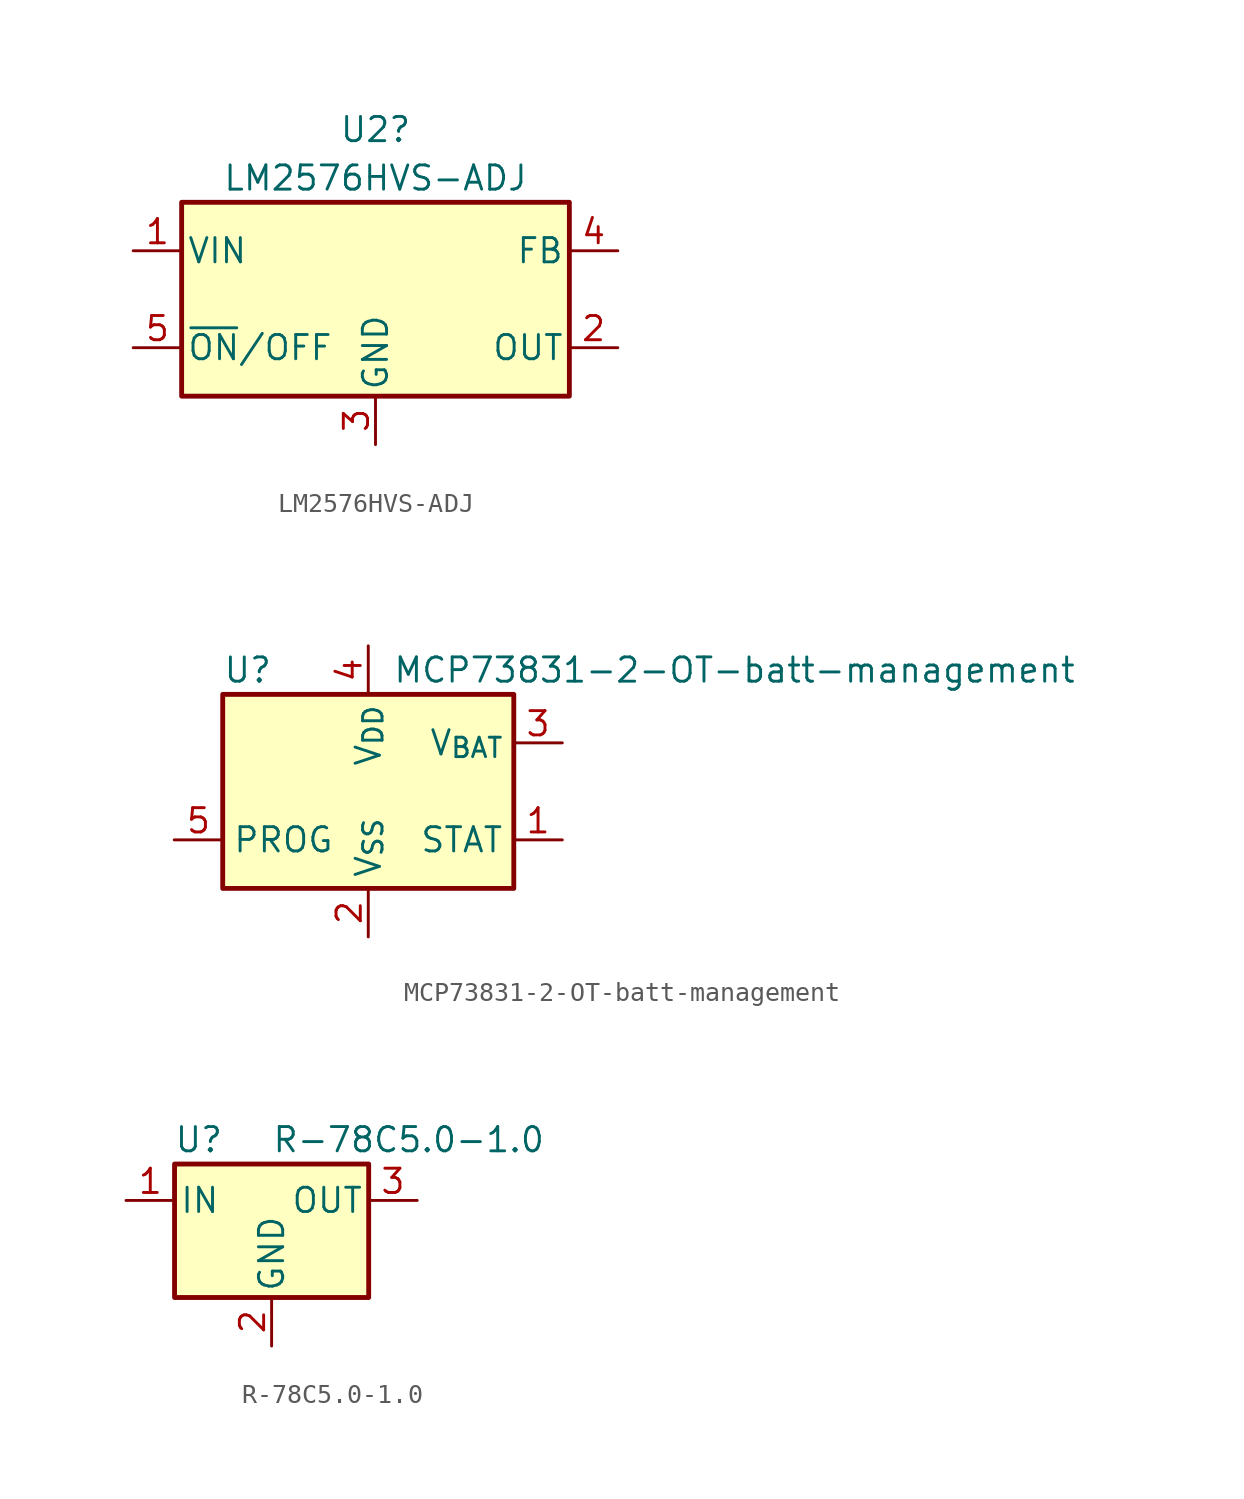
<source format=kicad_sym>
(kicad_symbol_lib
  (version 20220914)
  (generator kicad_symbol_editor)
  (symbol "LM2576HVS-ADJ"
    (pin_names
      (offset 0.254))
    (property "Reference" "U2"
      (at 0 8.89 0)
      (effects (font (size 1.27 1.27))))
    (property "Value" "LM2576HVS-ADJ"
      (at 0 6.35 0)
      (effects (font (size 1.27 1.27))))
    (symbol "LM2576HVS-ADJ_0_1"
      (rectangle (start -10.16 5.08) (end 10.16 -5.08) (stroke (width 0.254) (type default)) (fill (type background))))
    (symbol "LM2576HVS-ADJ_1_1"
      (pin power_in line (at -12.7 2.54 0) (length 2.54) (name "VIN" (effects (font (size 1.27 1.27)))) (number "1" (effects (font (size 1.27 1.27)))))
      (pin output line (at 12.7 -2.54 180) (length 2.54) (name "OUT" (effects (font (size 1.27 1.27)))) (number "2" (effects (font (size 1.27 1.27)))))
      (pin power_in line (at 0 -7.62 90) (length 2.54) (name "GND" (effects (font (size 1.27 1.27)))) (number "3" (effects (font (size 1.27 1.27)))))
      (pin input line (at 12.7 2.54 180) (length 2.54) (name "FB" (effects (font (size 1.27 1.27)))) (number "4" (effects (font (size 1.27 1.27)))))
      (pin input line (at -12.7 -2.54 0) (length 2.54) (name "~{ON}/OFF" (effects (font (size 1.27 1.27)))) (number "5" (effects (font (size 1.27 1.27)))))))
  (symbol "MCP73831-2-OT-batt-management"
    (property "Reference" "U"
      (at -7.62 6.35 0)
      (effects (font (size 1.27 1.27)) (justify left)))
    (property "Value" "MCP73831-2-OT-batt-management"
      (at 1.27 6.35 0)
      (effects (font (size 1.27 1.27)) (justify left)))
    (symbol "MCP73831-2-OT-batt-management_0_1"
      (rectangle (start -7.62 5.08) (end 7.62 -5.08) (stroke (width 0.254) (type default)) (fill (type background))))
    (symbol "MCP73831-2-OT-batt-management_1_1"
      (pin output line (at 10.16 -2.54 180) (length 2.54) (name "STAT" (effects (font (size 1.27 1.27)))) (number "1" (effects (font (size 1.27 1.27)))))
      (pin power_in line (at 0 -7.62 90) (length 2.54) (name "V_{SS}" (effects (font (size 1.27 1.27)))) (number "2" (effects (font (size 1.27 1.27)))))
      (pin power_out line (at 10.16 2.54 180) (length 2.54) (name "V_{BAT}" (effects (font (size 1.27 1.27)))) (number "3" (effects (font (size 1.27 1.27)))))
      (pin power_in line (at 0 7.62 270) (length 2.54) (name "V_{DD}" (effects (font (size 1.27 1.27)))) (number "4" (effects (font (size 1.27 1.27)))))
      (pin input line (at -10.16 -2.54 0) (length 2.54) (name "PROG" (effects (font (size 1.27 1.27)))) (number "5" (effects (font (size 1.27 1.27)))))))
  (symbol "R-78C5.0-1.0"
    (pin_names
      (offset 0.254))
    (property "Reference" "U"
      (at -3.81 3.175 0)
      (effects (font (size 1.27 1.27))))
    (property "Value" "R-78C5.0-1.0"
      (at 0 3.175 0)
      (effects (font (size 1.27 1.27)) (justify left)))
    (symbol "R-78C5.0-1.0_0_1"
      (rectangle (start -5.08 1.905) (end 5.08 -5.08) (stroke (width 0.254) (type default)) (fill (type background))))
    (symbol "R-78C5.0-1.0_1_1"
      (pin power_in line (at -7.62 0 0) (length 2.54) (name "IN" (effects (font (size 1.27 1.27)))) (number "1" (effects (font (size 1.27 1.27)))))
      (pin power_in line (at 0 -7.62 90) (length 2.54) (name "GND" (effects (font (size 1.27 1.27)))) (number "2" (effects (font (size 1.27 1.27)))))
      (pin power_out line (at 7.62 0 180) (length 2.54) (name "OUT" (effects (font (size 1.27 1.27)))) (number "3" (effects (font (size 1.27 1.27))))))))
</source>
